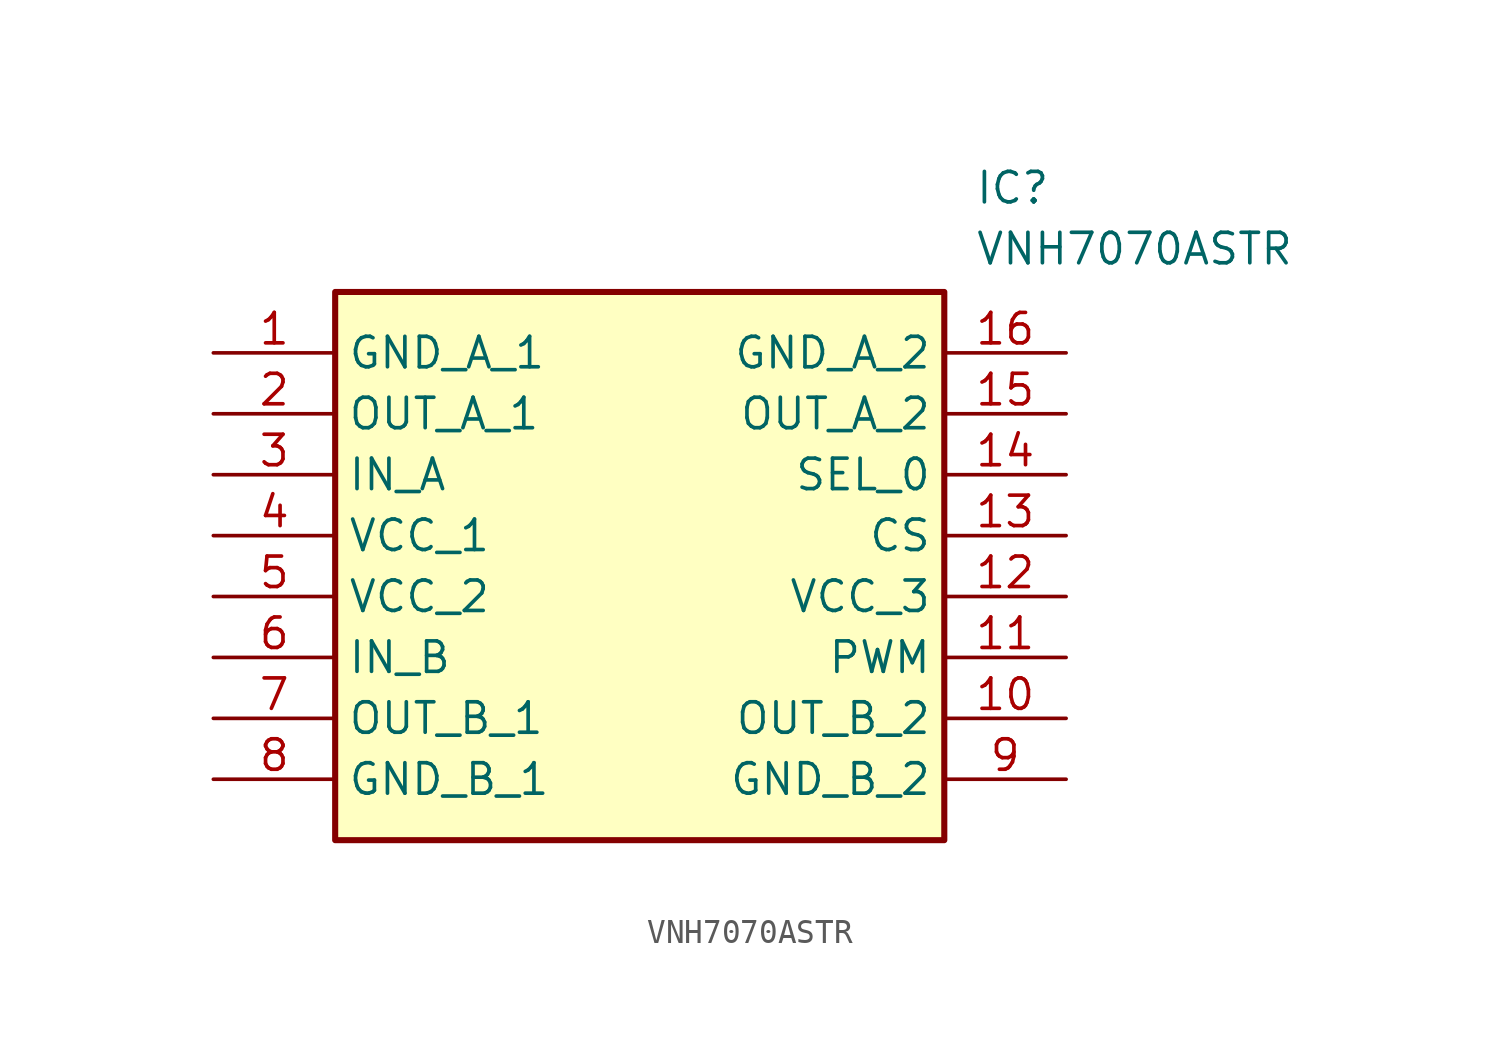
<source format=kicad_sym>
(kicad_symbol_lib
  (version 20211014)
  (generator SamacSys_ECAD_Model)
  (symbol "VNH7070ASTR"
    (property "Reference" "IC"
      (at 31.75 7.62 0)
      (effects (font (size 1.27 1.27)) (justify left top)))
    (property "Value" "VNH7070ASTR"
      (at 31.75 5.08 0)
      (effects (font (size 1.27 1.27)) (justify left top)))
    (rectangle
      (start 5.08 2.54)
      (end 30.48 -20.32)
      (stroke (width 0.254) (type default))
      (fill (type background)))
    (pin passive line
      (at 0 0 0)
      (length 5.08)
      (name "GND_A_1" (effects (font (size 1.27 1.27))))
      (number "1" (effects (font (size 1.27 1.27)))))
    (pin passive line
      (at 0 -2.54 0)
      (length 5.08)
      (name "OUT_A_1" (effects (font (size 1.27 1.27))))
      (number "2" (effects (font (size 1.27 1.27)))))
    (pin passive line
      (at 0 -5.08 0)
      (length 5.08)
      (name "IN_A" (effects (font (size 1.27 1.27))))
      (number "3" (effects (font (size 1.27 1.27)))))
    (pin passive line
      (at 0 -7.62 0)
      (length 5.08)
      (name "VCC_1" (effects (font (size 1.27 1.27))))
      (number "4" (effects (font (size 1.27 1.27)))))
    (pin passive line
      (at 0 -10.16 0)
      (length 5.08)
      (name "VCC_2" (effects (font (size 1.27 1.27))))
      (number "5" (effects (font (size 1.27 1.27)))))
    (pin passive line
      (at 0 -12.7 0)
      (length 5.08)
      (name "IN_B" (effects (font (size 1.27 1.27))))
      (number "6" (effects (font (size 1.27 1.27)))))
    (pin passive line
      (at 0 -15.24 0)
      (length 5.08)
      (name "OUT_B_1" (effects (font (size 1.27 1.27))))
      (number "7" (effects (font (size 1.27 1.27)))))
    (pin passive line
      (at 0 -17.78 0)
      (length 5.08)
      (name "GND_B_1" (effects (font (size 1.27 1.27))))
      (number "8" (effects (font (size 1.27 1.27)))))
    (pin passive line
      (at 35.56 0 180)
      (length 5.08)
      (name "GND_A_2" (effects (font (size 1.27 1.27))))
      (number "16" (effects (font (size 1.27 1.27)))))
    (pin passive line
      (at 35.56 -2.54 180)
      (length 5.08)
      (name "OUT_A_2" (effects (font (size 1.27 1.27))))
      (number "15" (effects (font (size 1.27 1.27)))))
    (pin passive line
      (at 35.56 -5.08 180)
      (length 5.08)
      (name "SEL_0" (effects (font (size 1.27 1.27))))
      (number "14" (effects (font (size 1.27 1.27)))))
    (pin passive line
      (at 35.56 -7.62 180)
      (length 5.08)
      (name "CS" (effects (font (size 1.27 1.27))))
      (number "13" (effects (font (size 1.27 1.27)))))
    (pin passive line
      (at 35.56 -10.16 180)
      (length 5.08)
      (name "VCC_3" (effects (font (size 1.27 1.27))))
      (number "12" (effects (font (size 1.27 1.27)))))
    (pin passive line
      (at 35.56 -12.7 180)
      (length 5.08)
      (name "PWM" (effects (font (size 1.27 1.27))))
      (number "11" (effects (font (size 1.27 1.27)))))
    (pin passive line
      (at 35.56 -15.24 180)
      (length 5.08)
      (name "OUT_B_2" (effects (font (size 1.27 1.27))))
      (number "10" (effects (font (size 1.27 1.27)))))
    (pin passive line
      (at 35.56 -17.78 180)
      (length 5.08)
      (name "GND_B_2" (effects (font (size 1.27 1.27))))
      (number "9" (effects (font (size 1.27 1.27)))))))
</source>
